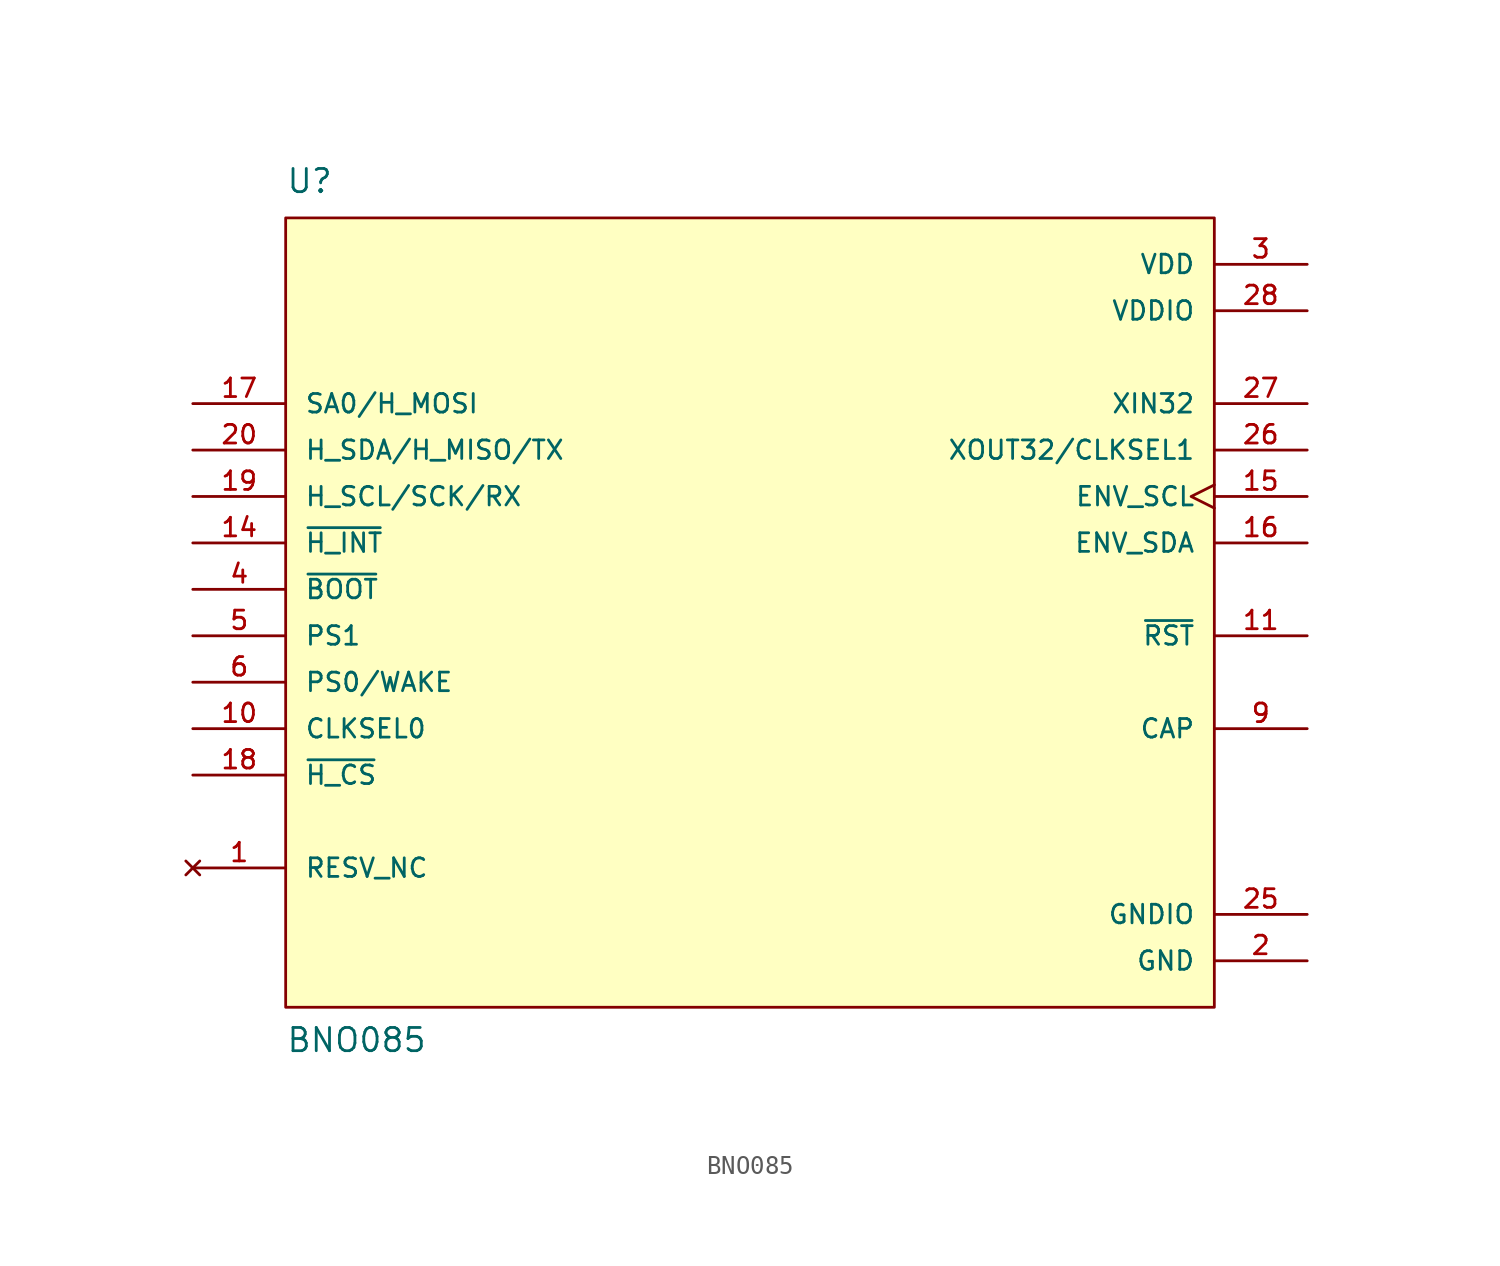
<source format=kicad_sym>
(kicad_symbol_lib
  (version 20211014)
  (generator kicad_symbol_editor)
  (symbol "BNO085"
    (pin_names
      (offset 1.016))
    (property "Reference" "U"
      (at -25.4 21.59 0)
      (effects (font (size 1.27 1.27)) (justify bottom left)))
    (property "Value" "BNO085"
      (at -25.4 -25.4 0)
      (effects (font (size 1.27 1.27)) (justify bottom left)))
    (symbol "BNO085_0_0"
      (rectangle (start -25.4 -22.86) (end 25.4 20.32) (stroke (width 0.152)) (fill (type background)))
      (pin power_in line (at 30.48 -20.32 180.0) (length 5.08) (name "GND" (effects (font (size 1.016 1.016)))) (number "2" (effects (font (size 1.016 1.016)))))
      (pin input line (at 30.48 -2.54 180.0) (length 5.08) (name "~{RST}" (effects (font (size 1.016 1.016)))) (number "11" (effects (font (size 1.016 1.016)))))
      (pin passive line (at 30.48 -7.62 180.0) (length 5.08) (name "CAP" (effects (font (size 1.016 1.016)))) (number "9" (effects (font (size 1.016 1.016)))))
      (pin power_in line (at 30.48 17.78 180.0) (length 5.08) (name "VDD" (effects (font (size 1.016 1.016)))) (number "3" (effects (font (size 1.016 1.016)))))
      (pin input line (at 30.48 10.16 180.0) (length 5.08) (name "XIN32" (effects (font (size 1.016 1.016)))) (number "27" (effects (font (size 1.016 1.016)))))
      (pin output line (at 30.48 7.62 180.0) (length 5.08) (name "XOUT32/CLKSEL1" (effects (font (size 1.016 1.016)))) (number "26" (effects (font (size 1.016 1.016)))))
      (pin bidirectional line (at 30.48 2.54 180.0) (length 5.08) (name "ENV_SDA" (effects (font (size 1.016 1.016)))) (number "16" (effects (font (size 1.016 1.016)))))
      (pin bidirectional clock (at 30.48 5.08 180.0) (length 5.08) (name "ENV_SCL" (effects (font (size 1.016 1.016)))) (number "15" (effects (font (size 1.016 1.016)))))
      (pin input line (at -30.48 0.0 0) (length 5.08) (name "~{BOOT}" (effects (font (size 1.016 1.016)))) (number "4" (effects (font (size 1.016 1.016)))))
      (pin output line (at -30.48 2.54 0) (length 5.08) (name "~{H_INT}" (effects (font (size 1.016 1.016)))) (number "14" (effects (font (size 1.016 1.016)))))
      (pin bidirectional line (at -30.48 5.08 0) (length 5.08) (name "H_SCL/SCK/RX" (effects (font (size 1.016 1.016)))) (number "19" (effects (font (size 1.016 1.016)))))
      (pin bidirectional line (at -30.48 7.62 0) (length 5.08) (name "H_SDA/H_MISO/TX" (effects (font (size 1.016 1.016)))) (number "20" (effects (font (size 1.016 1.016)))))
      (pin input line (at -30.48 10.16 0) (length 5.08) (name "SA0/H_MOSI" (effects (font (size 1.016 1.016)))) (number "17" (effects (font (size 1.016 1.016)))))
      (pin power_in line (at 30.48 15.24 180.0) (length 5.08) (name "VDDIO" (effects (font (size 1.016 1.016)))) (number "28" (effects (font (size 1.016 1.016)))))
      (pin power_in line (at 30.48 -17.78 180.0) (length 5.08) (name "GNDIO" (effects (font (size 1.016 1.016)))) (number "25" (effects (font (size 1.016 1.016)))))
      (pin input line (at -30.48 -10.16 0) (length 5.08) (name "~{H_CS}" (effects (font (size 1.016 1.016)))) (number "18" (effects (font (size 1.016 1.016)))))
      (pin input line (at -30.48 -7.62 0) (length 5.08) (name "CLKSEL0" (effects (font (size 1.016 1.016)))) (number "10" (effects (font (size 1.016 1.016)))))
      (pin input line (at -30.48 -5.08 0) (length 5.08) (name "PS0/WAKE" (effects (font (size 1.016 1.016)))) (number "6" (effects (font (size 1.016 1.016)))))
      (pin input line (at -30.48 -2.54 0) (length 5.08) (name "PS1" (effects (font (size 1.016 1.016)))) (number "5" (effects (font (size 1.016 1.016)))))
      (pin no_connect line (at -30.48 -15.24 0) (length 5.08) (name "RESV_NC" (effects (font (size 1.016 1.016)))) (number "1" (effects (font (size 1.016 1.016)))))
      (pin no_connect line (at -30.48 -15.24 0) (length 5.08) hide (name "RESV_NC" (effects (font (size 1.016 1.016)))) (number "7" (effects (font (size 1.016 1.016)))))
      (pin no_connect line (at -30.48 -15.24 0) (length 5.08) hide (name "RESV_NC" (effects (font (size 1.016 1.016)))) (number "8" (effects (font (size 1.016 1.016)))))
      (pin no_connect line (at -30.48 -15.24 0) (length 5.08) hide (name "RESV_NC" (effects (font (size 1.016 1.016)))) (number "12" (effects (font (size 1.016 1.016)))))
      (pin no_connect line (at -30.48 -15.24 0) (length 5.08) hide (name "RESV_NC" (effects (font (size 1.016 1.016)))) (number "13" (effects (font (size 1.016 1.016)))))
      (pin no_connect line (at -30.48 -15.24 0) (length 5.08) hide (name "RESV_NC" (effects (font (size 1.016 1.016)))) (number "21" (effects (font (size 1.016 1.016)))))
      (pin no_connect line (at -30.48 -15.24 0) (length 5.08) hide (name "RESV_NC" (effects (font (size 1.016 1.016)))) (number "22" (effects (font (size 1.016 1.016)))))
      (pin no_connect line (at -30.48 -15.24 0) (length 5.08) hide (name "RESV_NC" (effects (font (size 1.016 1.016)))) (number "23" (effects (font (size 1.016 1.016)))))
      (pin no_connect line (at -30.48 -15.24 0) (length 5.08) hide (name "RESV_NC" (effects (font (size 1.016 1.016)))) (number "24" (effects (font (size 1.016 1.016))))))))
</source>
